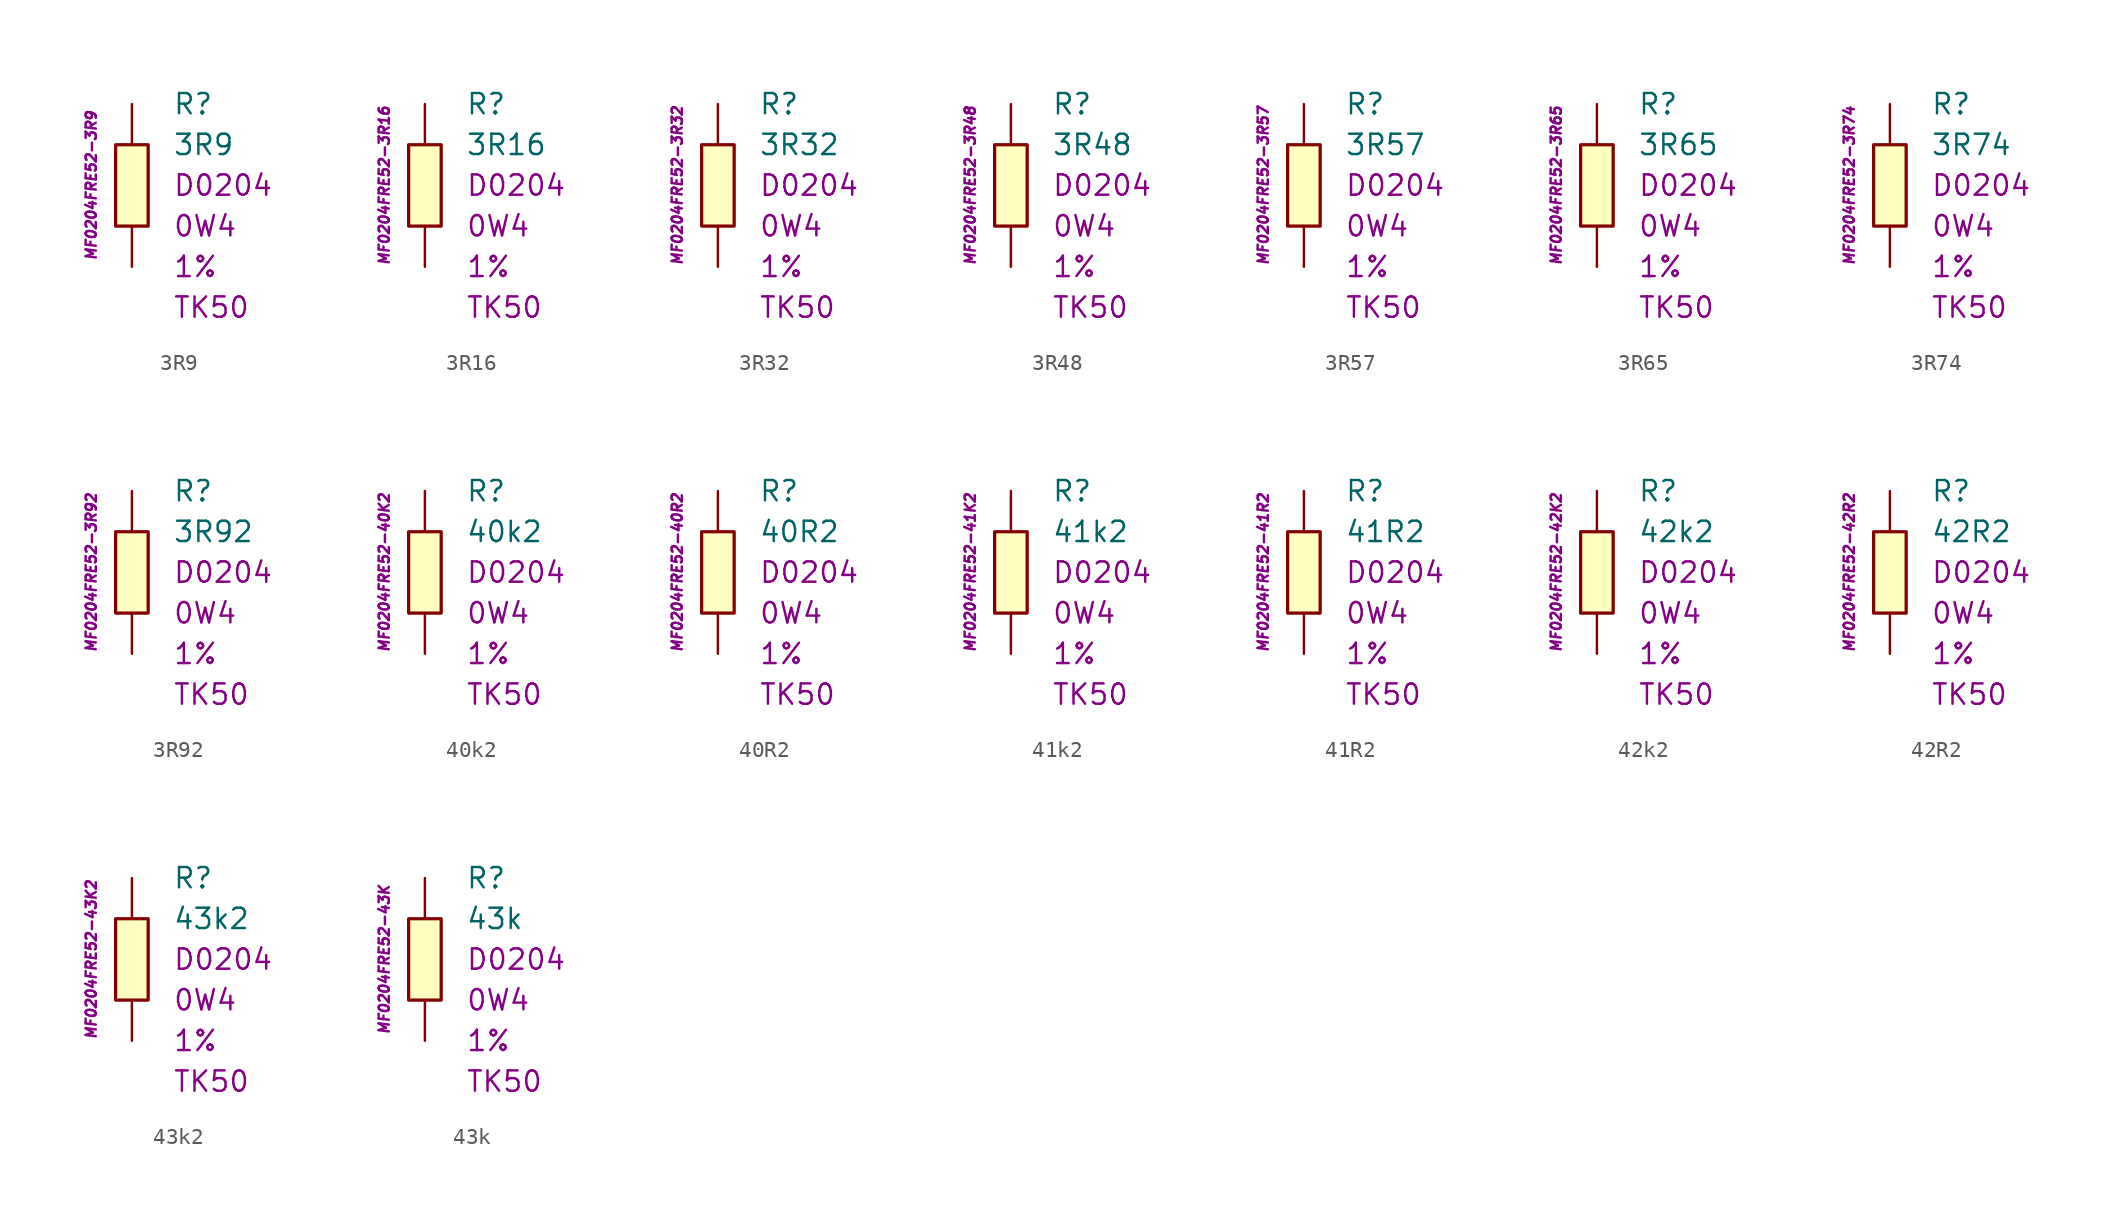
<source format=kicad_sym>
(kicad_symbol_lib
  (version 20201005)
  (generator kicad_symbol_editor)
  (symbol "3R9"
    (pin_numbers hide)
    (pin_names
      (offset 1.016) hide)
    (property "Reference" "R"
      (at 2.54 5.08 0)
      (effects (font (size 1.27 1.27)) (justify left)))
    (property "Value" "3R9"
      (at 2.54 2.54 0)
      (effects (font (size 1.27 1.27)) (justify left)))
    (property "Package" "D0204"
      (at 2.54 0 0)
      (effects (font (size 1.27 1.27)) (justify left)))
    (property "Power" "0W4"
      (at 2.54 -2.54 0)
      (effects (font (size 1.27 1.27)) (justify left)))
    (property "Tolerance" "1%"
      (at 2.54 -5.08 0)
      (effects (font (size 1.27 1.27)) (justify left)))
    (property "TK" "TK50"
      (at 2.54 -7.62 0)
      (effects (font (size 1.27 1.27)) (justify left)))
    (property "ID" "MF0204FRE52-3R9"
      (at -2.54 0 90)
      (effects (font (size 0.635 0.635) italic)))
    (symbol "3R9_0_1"
      (rectangle (start -1.016 2.54) (end 1.016 -2.54) (stroke (width 0.203)) (fill (type background))))
    (symbol "3R9_1_1"
      (pin passive line (at 0 5.08 270) (length 2.54) (name "~" (effects (font (size 1.778 1.778)))) (number "1" (effects (font (size 1.778 1.778)))))
      (pin passive line (at 0 -5.08 90) (length 2.54) (name "~" (effects (font (size 1.778 1.778)))) (number "2" (effects (font (size 1.778 1.778)))))))
  (symbol "3R16"
    (pin_numbers hide)
    (pin_names
      (offset 1.016) hide)
    (property "Reference" "R"
      (at 2.54 5.08 0)
      (effects (font (size 1.27 1.27)) (justify left)))
    (property "Value" "3R16"
      (at 2.54 2.54 0)
      (effects (font (size 1.27 1.27)) (justify left)))
    (property "Package" "D0204"
      (at 2.54 0 0)
      (effects (font (size 1.27 1.27)) (justify left)))
    (property "Power" "0W4"
      (at 2.54 -2.54 0)
      (effects (font (size 1.27 1.27)) (justify left)))
    (property "Tolerance" "1%"
      (at 2.54 -5.08 0)
      (effects (font (size 1.27 1.27)) (justify left)))
    (property "TK" "TK50"
      (at 2.54 -7.62 0)
      (effects (font (size 1.27 1.27)) (justify left)))
    (property "ID" "MF0204FRE52-3R16"
      (at -2.54 0 90)
      (effects (font (size 0.635 0.635) italic)))
    (symbol "3R16_0_1"
      (rectangle (start -1.016 2.54) (end 1.016 -2.54) (stroke (width 0.203)) (fill (type background))))
    (symbol "3R16_1_1"
      (pin passive line (at 0 5.08 270) (length 2.54) (name "~" (effects (font (size 1.778 1.778)))) (number "1" (effects (font (size 1.778 1.778)))))
      (pin passive line (at 0 -5.08 90) (length 2.54) (name "~" (effects (font (size 1.778 1.778)))) (number "2" (effects (font (size 1.778 1.778)))))))
  (symbol "3R32"
    (pin_numbers hide)
    (pin_names
      (offset 1.016) hide)
    (property "Reference" "R"
      (at 2.54 5.08 0)
      (effects (font (size 1.27 1.27)) (justify left)))
    (property "Value" "3R32"
      (at 2.54 2.54 0)
      (effects (font (size 1.27 1.27)) (justify left)))
    (property "Package" "D0204"
      (at 2.54 0 0)
      (effects (font (size 1.27 1.27)) (justify left)))
    (property "Power" "0W4"
      (at 2.54 -2.54 0)
      (effects (font (size 1.27 1.27)) (justify left)))
    (property "Tolerance" "1%"
      (at 2.54 -5.08 0)
      (effects (font (size 1.27 1.27)) (justify left)))
    (property "TK" "TK50"
      (at 2.54 -7.62 0)
      (effects (font (size 1.27 1.27)) (justify left)))
    (property "ID" "MF0204FRE52-3R32"
      (at -2.54 0 90)
      (effects (font (size 0.635 0.635) italic)))
    (symbol "3R32_0_1"
      (rectangle (start -1.016 2.54) (end 1.016 -2.54) (stroke (width 0.203)) (fill (type background))))
    (symbol "3R32_1_1"
      (pin passive line (at 0 5.08 270) (length 2.54) (name "~" (effects (font (size 1.778 1.778)))) (number "1" (effects (font (size 1.778 1.778)))))
      (pin passive line (at 0 -5.08 90) (length 2.54) (name "~" (effects (font (size 1.778 1.778)))) (number "2" (effects (font (size 1.778 1.778)))))))
  (symbol "3R48"
    (pin_numbers hide)
    (pin_names
      (offset 1.016) hide)
    (property "Reference" "R"
      (at 2.54 5.08 0)
      (effects (font (size 1.27 1.27)) (justify left)))
    (property "Value" "3R48"
      (at 2.54 2.54 0)
      (effects (font (size 1.27 1.27)) (justify left)))
    (property "Package" "D0204"
      (at 2.54 0 0)
      (effects (font (size 1.27 1.27)) (justify left)))
    (property "Power" "0W4"
      (at 2.54 -2.54 0)
      (effects (font (size 1.27 1.27)) (justify left)))
    (property "Tolerance" "1%"
      (at 2.54 -5.08 0)
      (effects (font (size 1.27 1.27)) (justify left)))
    (property "TK" "TK50"
      (at 2.54 -7.62 0)
      (effects (font (size 1.27 1.27)) (justify left)))
    (property "ID" "MF0204FRE52-3R48"
      (at -2.54 0 90)
      (effects (font (size 0.635 0.635) italic)))
    (symbol "3R48_0_1"
      (rectangle (start -1.016 2.54) (end 1.016 -2.54) (stroke (width 0.203)) (fill (type background))))
    (symbol "3R48_1_1"
      (pin passive line (at 0 5.08 270) (length 2.54) (name "~" (effects (font (size 1.778 1.778)))) (number "1" (effects (font (size 1.778 1.778)))))
      (pin passive line (at 0 -5.08 90) (length 2.54) (name "~" (effects (font (size 1.778 1.778)))) (number "2" (effects (font (size 1.778 1.778)))))))
  (symbol "3R57"
    (pin_numbers hide)
    (pin_names
      (offset 1.016) hide)
    (property "Reference" "R"
      (at 2.54 5.08 0)
      (effects (font (size 1.27 1.27)) (justify left)))
    (property "Value" "3R57"
      (at 2.54 2.54 0)
      (effects (font (size 1.27 1.27)) (justify left)))
    (property "Package" "D0204"
      (at 2.54 0 0)
      (effects (font (size 1.27 1.27)) (justify left)))
    (property "Power" "0W4"
      (at 2.54 -2.54 0)
      (effects (font (size 1.27 1.27)) (justify left)))
    (property "Tolerance" "1%"
      (at 2.54 -5.08 0)
      (effects (font (size 1.27 1.27)) (justify left)))
    (property "TK" "TK50"
      (at 2.54 -7.62 0)
      (effects (font (size 1.27 1.27)) (justify left)))
    (property "ID" "MF0204FRE52-3R57"
      (at -2.54 0 90)
      (effects (font (size 0.635 0.635) italic)))
    (symbol "3R57_0_1"
      (rectangle (start -1.016 2.54) (end 1.016 -2.54) (stroke (width 0.203)) (fill (type background))))
    (symbol "3R57_1_1"
      (pin passive line (at 0 5.08 270) (length 2.54) (name "~" (effects (font (size 1.778 1.778)))) (number "1" (effects (font (size 1.778 1.778)))))
      (pin passive line (at 0 -5.08 90) (length 2.54) (name "~" (effects (font (size 1.778 1.778)))) (number "2" (effects (font (size 1.778 1.778)))))))
  (symbol "3R65"
    (pin_numbers hide)
    (pin_names
      (offset 1.016) hide)
    (property "Reference" "R"
      (at 2.54 5.08 0)
      (effects (font (size 1.27 1.27)) (justify left)))
    (property "Value" "3R65"
      (at 2.54 2.54 0)
      (effects (font (size 1.27 1.27)) (justify left)))
    (property "Package" "D0204"
      (at 2.54 0 0)
      (effects (font (size 1.27 1.27)) (justify left)))
    (property "Power" "0W4"
      (at 2.54 -2.54 0)
      (effects (font (size 1.27 1.27)) (justify left)))
    (property "Tolerance" "1%"
      (at 2.54 -5.08 0)
      (effects (font (size 1.27 1.27)) (justify left)))
    (property "TK" "TK50"
      (at 2.54 -7.62 0)
      (effects (font (size 1.27 1.27)) (justify left)))
    (property "ID" "MF0204FRE52-3R65"
      (at -2.54 0 90)
      (effects (font (size 0.635 0.635) italic)))
    (symbol "3R65_0_1"
      (rectangle (start -1.016 2.54) (end 1.016 -2.54) (stroke (width 0.203)) (fill (type background))))
    (symbol "3R65_1_1"
      (pin passive line (at 0 5.08 270) (length 2.54) (name "~" (effects (font (size 1.778 1.778)))) (number "1" (effects (font (size 1.778 1.778)))))
      (pin passive line (at 0 -5.08 90) (length 2.54) (name "~" (effects (font (size 1.778 1.778)))) (number "2" (effects (font (size 1.778 1.778)))))))
  (symbol "3R74"
    (pin_numbers hide)
    (pin_names
      (offset 1.016) hide)
    (property "Reference" "R"
      (at 2.54 5.08 0)
      (effects (font (size 1.27 1.27)) (justify left)))
    (property "Value" "3R74"
      (at 2.54 2.54 0)
      (effects (font (size 1.27 1.27)) (justify left)))
    (property "Package" "D0204"
      (at 2.54 0 0)
      (effects (font (size 1.27 1.27)) (justify left)))
    (property "Power" "0W4"
      (at 2.54 -2.54 0)
      (effects (font (size 1.27 1.27)) (justify left)))
    (property "Tolerance" "1%"
      (at 2.54 -5.08 0)
      (effects (font (size 1.27 1.27)) (justify left)))
    (property "TK" "TK50"
      (at 2.54 -7.62 0)
      (effects (font (size 1.27 1.27)) (justify left)))
    (property "ID" "MF0204FRE52-3R74"
      (at -2.54 0 90)
      (effects (font (size 0.635 0.635) italic)))
    (symbol "3R74_0_1"
      (rectangle (start -1.016 2.54) (end 1.016 -2.54) (stroke (width 0.203)) (fill (type background))))
    (symbol "3R74_1_1"
      (pin passive line (at 0 5.08 270) (length 2.54) (name "~" (effects (font (size 1.778 1.778)))) (number "1" (effects (font (size 1.778 1.778)))))
      (pin passive line (at 0 -5.08 90) (length 2.54) (name "~" (effects (font (size 1.778 1.778)))) (number "2" (effects (font (size 1.778 1.778)))))))
  (symbol "3R92"
    (pin_numbers hide)
    (pin_names
      (offset 1.016) hide)
    (property "Reference" "R"
      (at 2.54 5.08 0)
      (effects (font (size 1.27 1.27)) (justify left)))
    (property "Value" "3R92"
      (at 2.54 2.54 0)
      (effects (font (size 1.27 1.27)) (justify left)))
    (property "Package" "D0204"
      (at 2.54 0 0)
      (effects (font (size 1.27 1.27)) (justify left)))
    (property "Power" "0W4"
      (at 2.54 -2.54 0)
      (effects (font (size 1.27 1.27)) (justify left)))
    (property "Tolerance" "1%"
      (at 2.54 -5.08 0)
      (effects (font (size 1.27 1.27)) (justify left)))
    (property "TK" "TK50"
      (at 2.54 -7.62 0)
      (effects (font (size 1.27 1.27)) (justify left)))
    (property "ID" "MF0204FRE52-3R92"
      (at -2.54 0 90)
      (effects (font (size 0.635 0.635) italic)))
    (symbol "3R92_0_1"
      (rectangle (start -1.016 2.54) (end 1.016 -2.54) (stroke (width 0.203)) (fill (type background))))
    (symbol "3R92_1_1"
      (pin passive line (at 0 5.08 270) (length 2.54) (name "~" (effects (font (size 1.778 1.778)))) (number "1" (effects (font (size 1.778 1.778)))))
      (pin passive line (at 0 -5.08 90) (length 2.54) (name "~" (effects (font (size 1.778 1.778)))) (number "2" (effects (font (size 1.778 1.778)))))))
  (symbol "40k2"
    (pin_numbers hide)
    (pin_names
      (offset 1.016) hide)
    (property "Reference" "R"
      (at 2.54 5.08 0)
      (effects (font (size 1.27 1.27)) (justify left)))
    (property "Value" "40k2"
      (at 2.54 2.54 0)
      (effects (font (size 1.27 1.27)) (justify left)))
    (property "Package" "D0204"
      (at 2.54 0 0)
      (effects (font (size 1.27 1.27)) (justify left)))
    (property "Power" "0W4"
      (at 2.54 -2.54 0)
      (effects (font (size 1.27 1.27)) (justify left)))
    (property "Tolerance" "1%"
      (at 2.54 -5.08 0)
      (effects (font (size 1.27 1.27)) (justify left)))
    (property "TK" "TK50"
      (at 2.54 -7.62 0)
      (effects (font (size 1.27 1.27)) (justify left)))
    (property "ID" "MF0204FRE52-40K2"
      (at -2.54 0 90)
      (effects (font (size 0.635 0.635) italic)))
    (symbol "40k2_0_1"
      (rectangle (start -1.016 2.54) (end 1.016 -2.54) (stroke (width 0.203)) (fill (type background))))
    (symbol "40k2_1_1"
      (pin passive line (at 0 5.08 270) (length 2.54) (name "~" (effects (font (size 1.778 1.778)))) (number "1" (effects (font (size 1.778 1.778)))))
      (pin passive line (at 0 -5.08 90) (length 2.54) (name "~" (effects (font (size 1.778 1.778)))) (number "2" (effects (font (size 1.778 1.778)))))))
  (symbol "40R2"
    (pin_numbers hide)
    (pin_names
      (offset 1.016) hide)
    (property "Reference" "R"
      (at 2.54 5.08 0)
      (effects (font (size 1.27 1.27)) (justify left)))
    (property "Value" "40R2"
      (at 2.54 2.54 0)
      (effects (font (size 1.27 1.27)) (justify left)))
    (property "Package" "D0204"
      (at 2.54 0 0)
      (effects (font (size 1.27 1.27)) (justify left)))
    (property "Power" "0W4"
      (at 2.54 -2.54 0)
      (effects (font (size 1.27 1.27)) (justify left)))
    (property "Tolerance" "1%"
      (at 2.54 -5.08 0)
      (effects (font (size 1.27 1.27)) (justify left)))
    (property "TK" "TK50"
      (at 2.54 -7.62 0)
      (effects (font (size 1.27 1.27)) (justify left)))
    (property "ID" "MF0204FRE52-40R2"
      (at -2.54 0 90)
      (effects (font (size 0.635 0.635) italic)))
    (symbol "40R2_0_1"
      (rectangle (start -1.016 2.54) (end 1.016 -2.54) (stroke (width 0.203)) (fill (type background))))
    (symbol "40R2_1_1"
      (pin passive line (at 0 5.08 270) (length 2.54) (name "~" (effects (font (size 1.778 1.778)))) (number "1" (effects (font (size 1.778 1.778)))))
      (pin passive line (at 0 -5.08 90) (length 2.54) (name "~" (effects (font (size 1.778 1.778)))) (number "2" (effects (font (size 1.778 1.778)))))))
  (symbol "41k2"
    (pin_numbers hide)
    (pin_names
      (offset 1.016) hide)
    (property "Reference" "R"
      (at 2.54 5.08 0)
      (effects (font (size 1.27 1.27)) (justify left)))
    (property "Value" "41k2"
      (at 2.54 2.54 0)
      (effects (font (size 1.27 1.27)) (justify left)))
    (property "Package" "D0204"
      (at 2.54 0 0)
      (effects (font (size 1.27 1.27)) (justify left)))
    (property "Power" "0W4"
      (at 2.54 -2.54 0)
      (effects (font (size 1.27 1.27)) (justify left)))
    (property "Tolerance" "1%"
      (at 2.54 -5.08 0)
      (effects (font (size 1.27 1.27)) (justify left)))
    (property "TK" "TK50"
      (at 2.54 -7.62 0)
      (effects (font (size 1.27 1.27)) (justify left)))
    (property "ID" "MF0204FRE52-41K2"
      (at -2.54 0 90)
      (effects (font (size 0.635 0.635) italic)))
    (symbol "41k2_0_1"
      (rectangle (start -1.016 2.54) (end 1.016 -2.54) (stroke (width 0.203)) (fill (type background))))
    (symbol "41k2_1_1"
      (pin passive line (at 0 5.08 270) (length 2.54) (name "~" (effects (font (size 1.778 1.778)))) (number "1" (effects (font (size 1.778 1.778)))))
      (pin passive line (at 0 -5.08 90) (length 2.54) (name "~" (effects (font (size 1.778 1.778)))) (number "2" (effects (font (size 1.778 1.778)))))))
  (symbol "41R2"
    (pin_numbers hide)
    (pin_names
      (offset 1.016) hide)
    (property "Reference" "R"
      (at 2.54 5.08 0)
      (effects (font (size 1.27 1.27)) (justify left)))
    (property "Value" "41R2"
      (at 2.54 2.54 0)
      (effects (font (size 1.27 1.27)) (justify left)))
    (property "Package" "D0204"
      (at 2.54 0 0)
      (effects (font (size 1.27 1.27)) (justify left)))
    (property "Power" "0W4"
      (at 2.54 -2.54 0)
      (effects (font (size 1.27 1.27)) (justify left)))
    (property "Tolerance" "1%"
      (at 2.54 -5.08 0)
      (effects (font (size 1.27 1.27)) (justify left)))
    (property "TK" "TK50"
      (at 2.54 -7.62 0)
      (effects (font (size 1.27 1.27)) (justify left)))
    (property "ID" "MF0204FRE52-41R2"
      (at -2.54 0 90)
      (effects (font (size 0.635 0.635) italic)))
    (symbol "41R2_0_1"
      (rectangle (start -1.016 2.54) (end 1.016 -2.54) (stroke (width 0.203)) (fill (type background))))
    (symbol "41R2_1_1"
      (pin passive line (at 0 5.08 270) (length 2.54) (name "~" (effects (font (size 1.778 1.778)))) (number "1" (effects (font (size 1.778 1.778)))))
      (pin passive line (at 0 -5.08 90) (length 2.54) (name "~" (effects (font (size 1.778 1.778)))) (number "2" (effects (font (size 1.778 1.778)))))))
  (symbol "42k2"
    (pin_numbers hide)
    (pin_names
      (offset 1.016) hide)
    (property "Reference" "R"
      (at 2.54 5.08 0)
      (effects (font (size 1.27 1.27)) (justify left)))
    (property "Value" "42k2"
      (at 2.54 2.54 0)
      (effects (font (size 1.27 1.27)) (justify left)))
    (property "Package" "D0204"
      (at 2.54 0 0)
      (effects (font (size 1.27 1.27)) (justify left)))
    (property "Power" "0W4"
      (at 2.54 -2.54 0)
      (effects (font (size 1.27 1.27)) (justify left)))
    (property "Tolerance" "1%"
      (at 2.54 -5.08 0)
      (effects (font (size 1.27 1.27)) (justify left)))
    (property "TK" "TK50"
      (at 2.54 -7.62 0)
      (effects (font (size 1.27 1.27)) (justify left)))
    (property "ID" "MF0204FRE52-42K2"
      (at -2.54 0 90)
      (effects (font (size 0.635 0.635) italic)))
    (symbol "42k2_0_1"
      (rectangle (start -1.016 2.54) (end 1.016 -2.54) (stroke (width 0.203)) (fill (type background))))
    (symbol "42k2_1_1"
      (pin passive line (at 0 5.08 270) (length 2.54) (name "~" (effects (font (size 1.778 1.778)))) (number "1" (effects (font (size 1.778 1.778)))))
      (pin passive line (at 0 -5.08 90) (length 2.54) (name "~" (effects (font (size 1.778 1.778)))) (number "2" (effects (font (size 1.778 1.778)))))))
  (symbol "42R2"
    (pin_numbers hide)
    (pin_names
      (offset 1.016) hide)
    (property "Reference" "R"
      (at 2.54 5.08 0)
      (effects (font (size 1.27 1.27)) (justify left)))
    (property "Value" "42R2"
      (at 2.54 2.54 0)
      (effects (font (size 1.27 1.27)) (justify left)))
    (property "Package" "D0204"
      (at 2.54 0 0)
      (effects (font (size 1.27 1.27)) (justify left)))
    (property "Power" "0W4"
      (at 2.54 -2.54 0)
      (effects (font (size 1.27 1.27)) (justify left)))
    (property "Tolerance" "1%"
      (at 2.54 -5.08 0)
      (effects (font (size 1.27 1.27)) (justify left)))
    (property "TK" "TK50"
      (at 2.54 -7.62 0)
      (effects (font (size 1.27 1.27)) (justify left)))
    (property "ID" "MF0204FRE52-42R2"
      (at -2.54 0 90)
      (effects (font (size 0.635 0.635) italic)))
    (symbol "42R2_0_1"
      (rectangle (start -1.016 2.54) (end 1.016 -2.54) (stroke (width 0.203)) (fill (type background))))
    (symbol "42R2_1_1"
      (pin passive line (at 0 5.08 270) (length 2.54) (name "~" (effects (font (size 1.778 1.778)))) (number "1" (effects (font (size 1.778 1.778)))))
      (pin passive line (at 0 -5.08 90) (length 2.54) (name "~" (effects (font (size 1.778 1.778)))) (number "2" (effects (font (size 1.778 1.778)))))))
  (symbol "43k2"
    (pin_numbers hide)
    (pin_names
      (offset 1.016) hide)
    (property "Reference" "R"
      (at 2.54 5.08 0)
      (effects (font (size 1.27 1.27)) (justify left)))
    (property "Value" "43k2"
      (at 2.54 2.54 0)
      (effects (font (size 1.27 1.27)) (justify left)))
    (property "Package" "D0204"
      (at 2.54 0 0)
      (effects (font (size 1.27 1.27)) (justify left)))
    (property "Power" "0W4"
      (at 2.54 -2.54 0)
      (effects (font (size 1.27 1.27)) (justify left)))
    (property "Tolerance" "1%"
      (at 2.54 -5.08 0)
      (effects (font (size 1.27 1.27)) (justify left)))
    (property "TK" "TK50"
      (at 2.54 -7.62 0)
      (effects (font (size 1.27 1.27)) (justify left)))
    (property "ID" "MF0204FRE52-43K2"
      (at -2.54 0 90)
      (effects (font (size 0.635 0.635) italic)))
    (symbol "43k2_0_1"
      (rectangle (start -1.016 2.54) (end 1.016 -2.54) (stroke (width 0.203)) (fill (type background))))
    (symbol "43k2_1_1"
      (pin passive line (at 0 5.08 270) (length 2.54) (name "~" (effects (font (size 1.778 1.778)))) (number "1" (effects (font (size 1.778 1.778)))))
      (pin passive line (at 0 -5.08 90) (length 2.54) (name "~" (effects (font (size 1.778 1.778)))) (number "2" (effects (font (size 1.778 1.778)))))))
  (symbol "43k"
    (pin_numbers hide)
    (pin_names
      (offset 1.016) hide)
    (property "Reference" "R"
      (at 2.54 5.08 0)
      (effects (font (size 1.27 1.27)) (justify left)))
    (property "Value" "43k"
      (at 2.54 2.54 0)
      (effects (font (size 1.27 1.27)) (justify left)))
    (property "Package" "D0204"
      (at 2.54 0 0)
      (effects (font (size 1.27 1.27)) (justify left)))
    (property "Power" "0W4"
      (at 2.54 -2.54 0)
      (effects (font (size 1.27 1.27)) (justify left)))
    (property "Tolerance" "1%"
      (at 2.54 -5.08 0)
      (effects (font (size 1.27 1.27)) (justify left)))
    (property "TK" "TK50"
      (at 2.54 -7.62 0)
      (effects (font (size 1.27 1.27)) (justify left)))
    (property "ID" "MF0204FRE52-43K"
      (at -2.54 0 90)
      (effects (font (size 0.635 0.635) italic)))
    (symbol "43k_0_1"
      (rectangle (start -1.016 2.54) (end 1.016 -2.54) (stroke (width 0.203)) (fill (type background))))
    (symbol "43k_1_1"
      (pin passive line (at 0 5.08 270) (length 2.54) (name "~" (effects (font (size 1.778 1.778)))) (number "1" (effects (font (size 1.778 1.778)))))
      (pin passive line (at 0 -5.08 90) (length 2.54) (name "~" (effects (font (size 1.778 1.778)))) (number "2" (effects (font (size 1.778 1.778))))))))
</source>
